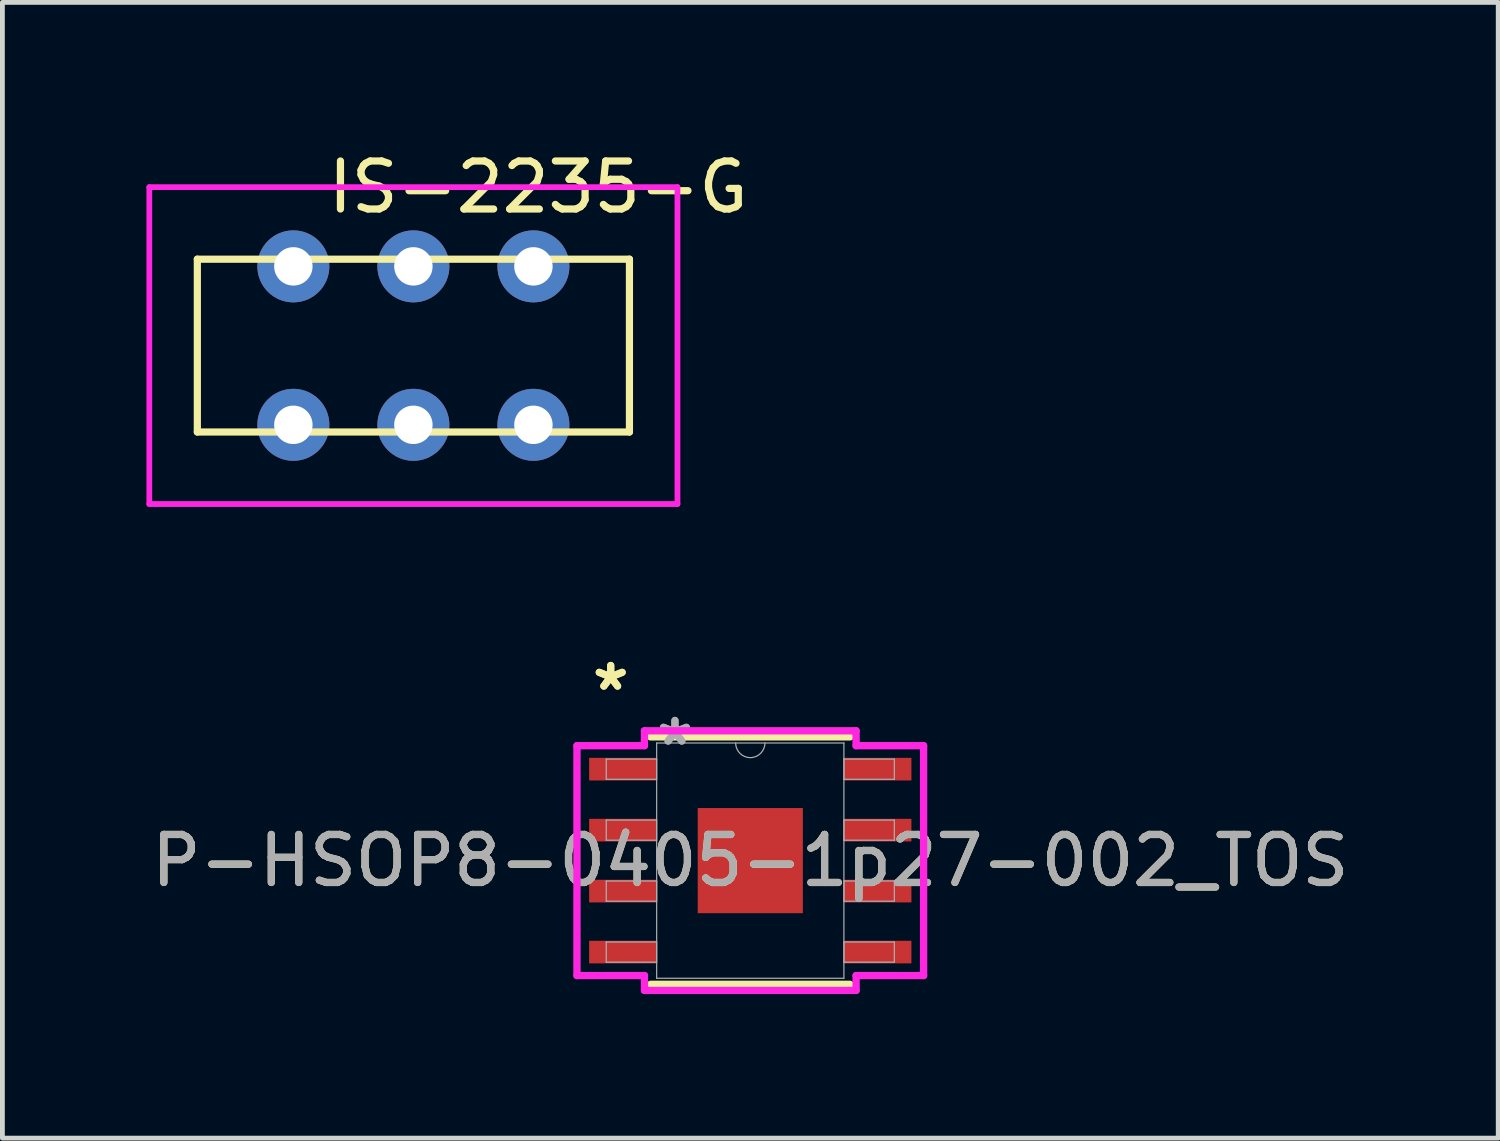
<source format=kicad_pcb>
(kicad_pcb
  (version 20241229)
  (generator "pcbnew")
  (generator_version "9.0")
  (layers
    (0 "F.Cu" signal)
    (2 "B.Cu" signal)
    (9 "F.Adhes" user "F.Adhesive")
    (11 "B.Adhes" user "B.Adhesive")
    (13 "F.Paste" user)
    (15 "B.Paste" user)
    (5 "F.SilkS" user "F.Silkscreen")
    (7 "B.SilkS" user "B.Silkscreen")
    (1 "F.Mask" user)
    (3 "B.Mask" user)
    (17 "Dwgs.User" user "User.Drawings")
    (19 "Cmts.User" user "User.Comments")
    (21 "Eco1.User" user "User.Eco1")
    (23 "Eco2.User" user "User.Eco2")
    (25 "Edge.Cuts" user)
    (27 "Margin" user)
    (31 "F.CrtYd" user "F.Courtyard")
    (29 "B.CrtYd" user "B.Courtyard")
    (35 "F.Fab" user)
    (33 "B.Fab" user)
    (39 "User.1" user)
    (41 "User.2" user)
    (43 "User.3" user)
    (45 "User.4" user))
  (footprint "IS-2235-G"
    (layer "F.Cu")
    (at 5.56 4.148)
    (property "Reference" "IS-2235-G" (at 2.6 -3.3 0) (layer "F.SilkS") (effects (font (size 1 1) (thickness 0.15))))
    (attr through_hole)
    (fp_line (start -4.5 -1.8) (end 4.5 -1.8) (stroke (width 0.15) (type solid)) (layer "F.SilkS"))
    (fp_line (start -4.5 1.8) (end -4.5 -1.8) (stroke (width 0.15) (type solid)) (layer "F.SilkS"))
    (fp_line (start 4.5 -1.8) (end 4.5 1.8) (stroke (width 0.15) (type solid)) (layer "F.SilkS"))
    (fp_line (start 4.5 1.8) (end -4.5 1.8) (stroke (width 0.15) (type solid)) (layer "F.SilkS"))
    (fp_line (start -5.5 -3.3) (end 5.5 -3.3) (stroke (width 0.12) (type solid)) (layer "F.CrtYd"))
    (fp_line (start -5.5 3.3) (end -5.5 -3.3) (stroke (width 0.12) (type solid)) (layer "F.CrtYd"))
    (fp_line (start 5.5 -3.3) (end 5.5 3.3) (stroke (width 0.12) (type solid)) (layer "F.CrtYd"))
    (fp_line (start 5.5 3.3) (end -5.5 3.3) (stroke (width 0.12) (type solid)) (layer "F.CrtYd"))
    (pad "1" thru_hole circle (at -2.5 1.65) (size 1.5 1.5) (drill 0.8) (layers "*.Cu" "*.Mask"))
    (pad "2" thru_hole circle (at 0 1.65) (size 1.5 1.5) (drill 0.8) (layers "*.Cu" "*.Mask"))
    (pad "3" thru_hole circle (at 2.5 1.65) (size 1.5 1.5) (drill 0.8) (layers "*.Cu" "*.Mask"))
    (pad "4" thru_hole circle (at -2.5 -1.65) (size 1.5 1.5) (drill 0.8) (layers "*.Cu" "*.Mask"))
    (pad "5" thru_hole circle (at 0 -1.65) (size 1.5 1.5) (drill 0.8) (layers "*.Cu" "*.Mask"))
    (pad "6" thru_hole circle (at 2.5 -1.65) (size 1.5 1.5) (drill 0.8) (layers "*.Cu" "*.Mask")))
  (footprint "P-HSOP8-0405-1p27-002_TOS"
    (layer "F.Cu")
    (at 12.577 14.875)
    (property "Reference" "P-HSOP8-0405-1p27-002_TOS" (at 0 0 0) (unlocked yes) (layer "F.SilkS") (effects (font (size 1 1) (thickness 0.15))))
    (attr smd)
    (fp_line (start -2.077 2.577) (end 2.077 2.577) (stroke (width 0.152) (type solid)) (layer "F.SilkS"))
    (fp_line (start 2.077 -2.577) (end -2.077 -2.577) (stroke (width 0.152) (type solid)) (layer "F.SilkS"))
    (fp_line (start -3.61 -2.394) (end -2.204 -2.394) (stroke (width 0.152) (type solid)) (layer "F.CrtYd"))
    (fp_line (start -3.61 2.394) (end -3.61 -2.394) (stroke (width 0.152) (type solid)) (layer "F.CrtYd"))
    (fp_line (start -3.61 2.394) (end -2.204 2.394) (stroke (width 0.152) (type solid)) (layer "F.CrtYd"))
    (fp_line (start -2.204 -2.704) (end 2.204 -2.704) (stroke (width 0.152) (type solid)) (layer "F.CrtYd"))
    (fp_line (start -2.204 -2.394) (end -2.204 -2.704) (stroke (width 0.152) (type solid)) (layer "F.CrtYd"))
    (fp_line (start -2.204 2.704) (end -2.204 2.394) (stroke (width 0.152) (type solid)) (layer "F.CrtYd"))
    (fp_line (start 2.204 -2.704) (end 2.204 -2.394) (stroke (width 0.152) (type solid)) (layer "F.CrtYd"))
    (fp_line (start 2.204 2.394) (end 2.204 2.704) (stroke (width 0.152) (type solid)) (layer "F.CrtYd"))
    (fp_line (start 2.204 2.704) (end -2.204 2.704) (stroke (width 0.152) (type solid)) (layer "F.CrtYd"))
    (fp_line (start 3.61 -2.394) (end 2.204 -2.394) (stroke (width 0.152) (type solid)) (layer "F.CrtYd"))
    (fp_line (start 3.61 -2.394) (end 3.61 2.394) (stroke (width 0.152) (type solid)) (layer "F.CrtYd"))
    (fp_line (start 3.61 2.394) (end 2.204 2.394) (stroke (width 0.152) (type solid)) (layer "F.CrtYd"))
    (fp_line (start -3 -2.115) (end -3 -1.695) (stroke (width 0.025) (type solid)) (layer "F.Fab"))
    (fp_line (start -3 -1.695) (end -1.95 -1.695) (stroke (width 0.025) (type solid)) (layer "F.Fab"))
    (fp_line (start -3 -0.845) (end -3 -0.425) (stroke (width 0.025) (type solid)) (layer "F.Fab"))
    (fp_line (start -3 -0.425) (end -1.95 -0.425) (stroke (width 0.025) (type solid)) (layer "F.Fab"))
    (fp_line (start -3 0.425) (end -3 0.845) (stroke (width 0.025) (type solid)) (layer "F.Fab"))
    (fp_line (start -3 0.845) (end -1.95 0.845) (stroke (width 0.025) (type solid)) (layer "F.Fab"))
    (fp_line (start -3 1.695) (end -3 2.115) (stroke (width 0.025) (type solid)) (layer "F.Fab"))
    (fp_line (start -3 2.115) (end -1.95 2.115) (stroke (width 0.025) (type solid)) (layer "F.Fab"))
    (fp_line (start -1.95 -2.45) (end -1.95 2.45) (stroke (width 0.025) (type solid)) (layer "F.Fab"))
    (fp_line (start -1.95 -2.115) (end -3 -2.115) (stroke (width 0.025) (type solid)) (layer "F.Fab"))
    (fp_line (start -1.95 -1.695) (end -1.95 -2.115) (stroke (width 0.025) (type solid)) (layer "F.Fab"))
    (fp_line (start -1.95 -0.845) (end -3 -0.845) (stroke (width 0.025) (type solid)) (layer "F.Fab"))
    (fp_line (start -1.95 -0.425) (end -1.95 -0.845) (stroke (width 0.025) (type solid)) (layer "F.Fab"))
    (fp_line (start -1.95 0.425) (end -3 0.425) (stroke (width 0.025) (type solid)) (layer "F.Fab"))
    (fp_line (start -1.95 0.845) (end -1.95 0.425) (stroke (width 0.025) (type solid)) (layer "F.Fab"))
    (fp_line (start -1.95 1.695) (end -3 1.695) (stroke (width 0.025) (type solid)) (layer "F.Fab"))
    (fp_line (start -1.95 2.115) (end -1.95 1.695) (stroke (width 0.025) (type solid)) (layer "F.Fab"))
    (fp_line (start -1.95 2.45) (end 1.95 2.45) (stroke (width 0.025) (type solid)) (layer "F.Fab"))
    (fp_line (start 1.95 -2.45) (end -1.95 -2.45) (stroke (width 0.025) (type solid)) (layer "F.Fab"))
    (fp_line (start 1.95 -2.115) (end 1.95 -1.695) (stroke (width 0.025) (type solid)) (layer "F.Fab"))
    (fp_line (start 1.95 -1.695) (end 3 -1.695) (stroke (width 0.025) (type solid)) (layer "F.Fab"))
    (fp_line (start 1.95 -0.845) (end 1.95 -0.425) (stroke (width 0.025) (type solid)) (layer "F.Fab"))
    (fp_line (start 1.95 -0.425) (end 3 -0.425) (stroke (width 0.025) (type solid)) (layer "F.Fab"))
    (fp_line (start 1.95 0.425) (end 1.95 0.845) (stroke (width 0.025) (type solid)) (layer "F.Fab"))
    (fp_line (start 1.95 0.845) (end 3 0.845) (stroke (width 0.025) (type solid)) (layer "F.Fab"))
    (fp_line (start 1.95 1.695) (end 1.95 2.115) (stroke (width 0.025) (type solid)) (layer "F.Fab"))
    (fp_line (start 1.95 2.115) (end 3 2.115) (stroke (width 0.025) (type solid)) (layer "F.Fab"))
    (fp_line (start 1.95 2.45) (end 1.95 -2.45) (stroke (width 0.025) (type solid)) (layer "F.Fab"))
    (fp_line (start 3 -2.115) (end 1.95 -2.115) (stroke (width 0.025) (type solid)) (layer "F.Fab"))
    (fp_line (start 3 -1.695) (end 3 -2.115) (stroke (width 0.025) (type solid)) (layer "F.Fab"))
    (fp_line (start 3 -0.845) (end 1.95 -0.845) (stroke (width 0.025) (type solid)) (layer "F.Fab"))
    (fp_line (start 3 -0.425) (end 3 -0.845) (stroke (width 0.025) (type solid)) (layer "F.Fab"))
    (fp_line (start 3 0.425) (end 1.95 0.425) (stroke (width 0.025) (type solid)) (layer "F.Fab"))
    (fp_line (start 3 0.845) (end 3 0.425) (stroke (width 0.025) (type solid)) (layer "F.Fab"))
    (fp_line (start 3 1.695) (end 1.95 1.695) (stroke (width 0.025) (type solid)) (layer "F.Fab"))
    (fp_line (start 3 2.115) (end 3 1.695) (stroke (width 0.025) (type solid)) (layer "F.Fab"))
    (fp_arc (start 0.3048 -2.45) (mid 0 -2.1452) (end -0.3048 -2.45) (stroke (width 0.0254) (type solid)) (layer "F.Fab"))
    (fp_text user "*" (at -2.907 -3.519 0) (layer "F.SilkS") (effects (font (size 1 1) (thickness 0.15))))
    (fp_text user "*" (at -2.907 -3.519 0) (unlocked yes) (layer "F.SilkS") (effects (font (size 1 1) (thickness 0.15))))
    (fp_text user "*" (at -1.569 -2.374 0) (layer "F.Fab") (effects (font (size 1 1) (thickness 0.15))))
    (fp_text user "${REFERENCE}" (at 0 0 0) (unlocked yes) (layer "F.Fab") (effects (font (size 1 1) (thickness 0.15))))
    (fp_text user "*" (at -1.569 -2.374 0) (unlocked yes) (layer "F.Fab") (effects (font (size 1 1) (thickness 0.15))))
    (pad "1" smd rect (at -2.653 -1.905) (size 1.406 0.471) (layers "F.Cu" "F.Mask" "F.Paste"))
    (pad "2" smd rect (at -2.653 -0.635) (size 1.406 0.471) (layers "F.Cu" "F.Mask" "F.Paste"))
    (pad "3" smd rect (at -2.653 0.635) (size 1.406 0.471) (layers "F.Cu" "F.Mask" "F.Paste"))
    (pad "4" smd rect (at -2.653 1.905) (size 1.406 0.471) (layers "F.Cu" "F.Mask" "F.Paste"))
    (pad "5" smd rect (at 2.653 1.905) (size 1.406 0.471) (layers "F.Cu" "F.Mask" "F.Paste"))
    (pad "6" smd rect (at 2.653 0.635) (size 1.406 0.471) (layers "F.Cu" "F.Mask" "F.Paste"))
    (pad "7" smd rect (at 2.653 -0.635) (size 1.406 0.471) (layers "F.Cu" "F.Mask" "F.Paste"))
    (pad "8" smd rect (at 2.653 -1.905) (size 1.406 0.471) (layers "F.Cu" "F.Mask" "F.Paste"))
    (pad "9" smd rect (at 0 0) (size 2.19 2.19) (layers "F.Cu" "F.Mask" "F.Paste")))
  (gr_rect
    (start -3 -3)
    (end 28.155 20.655)
    (stroke (width 0.1) (type default))
    (fill no)
    (layer "Edge.Cuts")))
</source>
